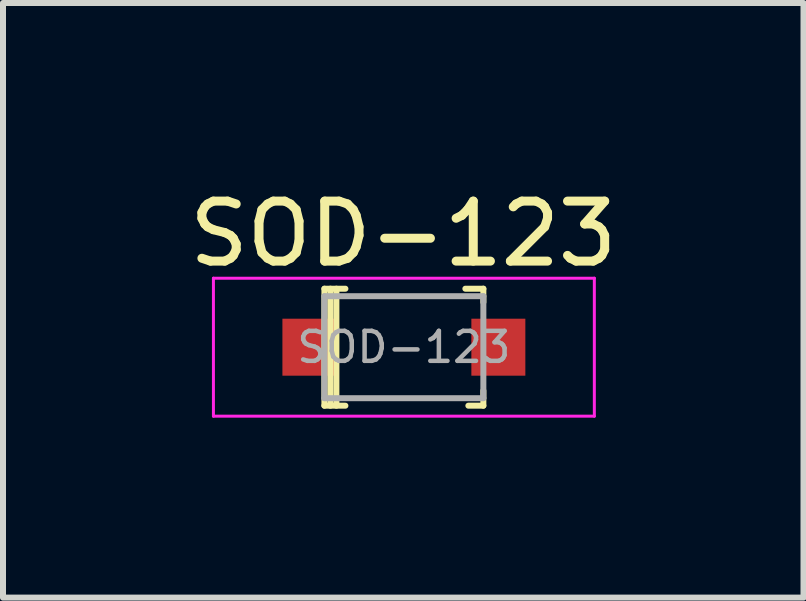
<source format=kicad_pcb>
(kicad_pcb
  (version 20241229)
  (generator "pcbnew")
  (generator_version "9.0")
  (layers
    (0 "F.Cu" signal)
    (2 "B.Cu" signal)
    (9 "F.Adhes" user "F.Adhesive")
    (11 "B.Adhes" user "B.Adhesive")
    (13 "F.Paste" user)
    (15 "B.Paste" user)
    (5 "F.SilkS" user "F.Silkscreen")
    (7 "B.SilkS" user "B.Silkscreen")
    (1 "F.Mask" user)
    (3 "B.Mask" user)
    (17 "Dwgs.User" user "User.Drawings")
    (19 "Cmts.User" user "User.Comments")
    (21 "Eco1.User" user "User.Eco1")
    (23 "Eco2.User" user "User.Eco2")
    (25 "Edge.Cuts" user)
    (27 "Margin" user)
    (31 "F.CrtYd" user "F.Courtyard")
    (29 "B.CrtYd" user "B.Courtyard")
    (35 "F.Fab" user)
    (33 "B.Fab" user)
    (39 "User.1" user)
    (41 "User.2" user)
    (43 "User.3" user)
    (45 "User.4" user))
  (footprint "SOD-123"
    (layer "F.Cu")
    (at 3.683 2.738)
    (property "Reference" "SOD-123" (at -0.01 -1.89 0) (layer "F.SilkS") (effects (font (size 1 1) (thickness 0.15))))
    (attr smd)
    (fp_line (start -1.325 -0.975) (end -1.325 0.975) (stroke (width 0.1) (type solid)) (layer "F.SilkS"))
    (fp_line (start -1.225 -0.975) (end -1.225 0.975) (stroke (width 0.1) (type solid)) (layer "F.SilkS"))
    (fp_line (start -1.125 -0.975) (end -1.125 0.975) (stroke (width 0.1) (type solid)) (layer "F.SilkS"))
    (fp_line (start -0.975 -0.975) (end -1.325 -0.975) (stroke (width 0.1) (type solid)) (layer "F.SilkS"))
    (fp_line (start -0.975 0.975) (end -1.325 0.975) (stroke (width 0.1) (type solid)) (layer "F.SilkS"))
    (fp_line (start 1.025 -0.975) (end 1.325 -0.975) (stroke (width 0.1) (type solid)) (layer "F.SilkS"))
    (fp_line (start 1.325 -0.975) (end 1.325 -0.75) (stroke (width 0.1) (type solid)) (layer "F.SilkS"))
    (fp_line (start 1.325 0.725) (end 1.325 0.975) (stroke (width 0.1) (type solid)) (layer "F.SilkS"))
    (fp_line (start 1.325 0.975) (end 1.075 0.975) (stroke (width 0.1) (type solid)) (layer "F.SilkS"))
    (fp_line (start -3.175 1.15) (end -3.175 -1.15) (stroke (width 0.05) (type solid)) (layer "F.CrtYd"))
    (fp_line (start 3.175 -1.15) (end -3.175 -1.15) (stroke (width 0.05) (type solid)) (layer "F.CrtYd"))
    (fp_line (start 3.175 -1.15) (end 3.175 1.15) (stroke (width 0.05) (type solid)) (layer "F.CrtYd"))
    (fp_line (start 3.175 1.15) (end -3.175 1.15) (stroke (width 0.05) (type solid)) (layer "F.CrtYd"))
    (fp_line (start -1.325 -0.85) (end -1.325 0.85) (stroke (width 0.1) (type solid)) (layer "F.Fab"))
    (fp_line (start -1.325 -0.85) (end 1.325 -0.85) (stroke (width 0.1) (type solid)) (layer "F.Fab"))
    (fp_line (start -1.325 0.85) (end 1.325 0.85) (stroke (width 0.1) (type solid)) (layer "F.Fab"))
    (fp_line (start 1.325 -0.85) (end 1.325 0.85) (stroke (width 0.1) (type solid)) (layer "F.Fab"))
    (fp_text user "${REFERENCE}" (at 0 0 0) (layer "F.Fab") (effects (font (size 0.5 0.5) (thickness 0.075))))
    (pad "1" smd rect (at -1.575 0) (size 0.9 0.95) (layers "F.Cu" "F.Mask" "F.Paste"))
    (pad "2" smd rect (at 1.575 0) (size 0.9 0.95) (layers "F.Cu" "F.Mask" "F.Paste")))
  (gr_rect
    (start -3 -3)
    (end 10.345 6.913)
    (stroke (width 0.1) (type default))
    (fill no)
    (layer "Edge.Cuts")))
</source>
